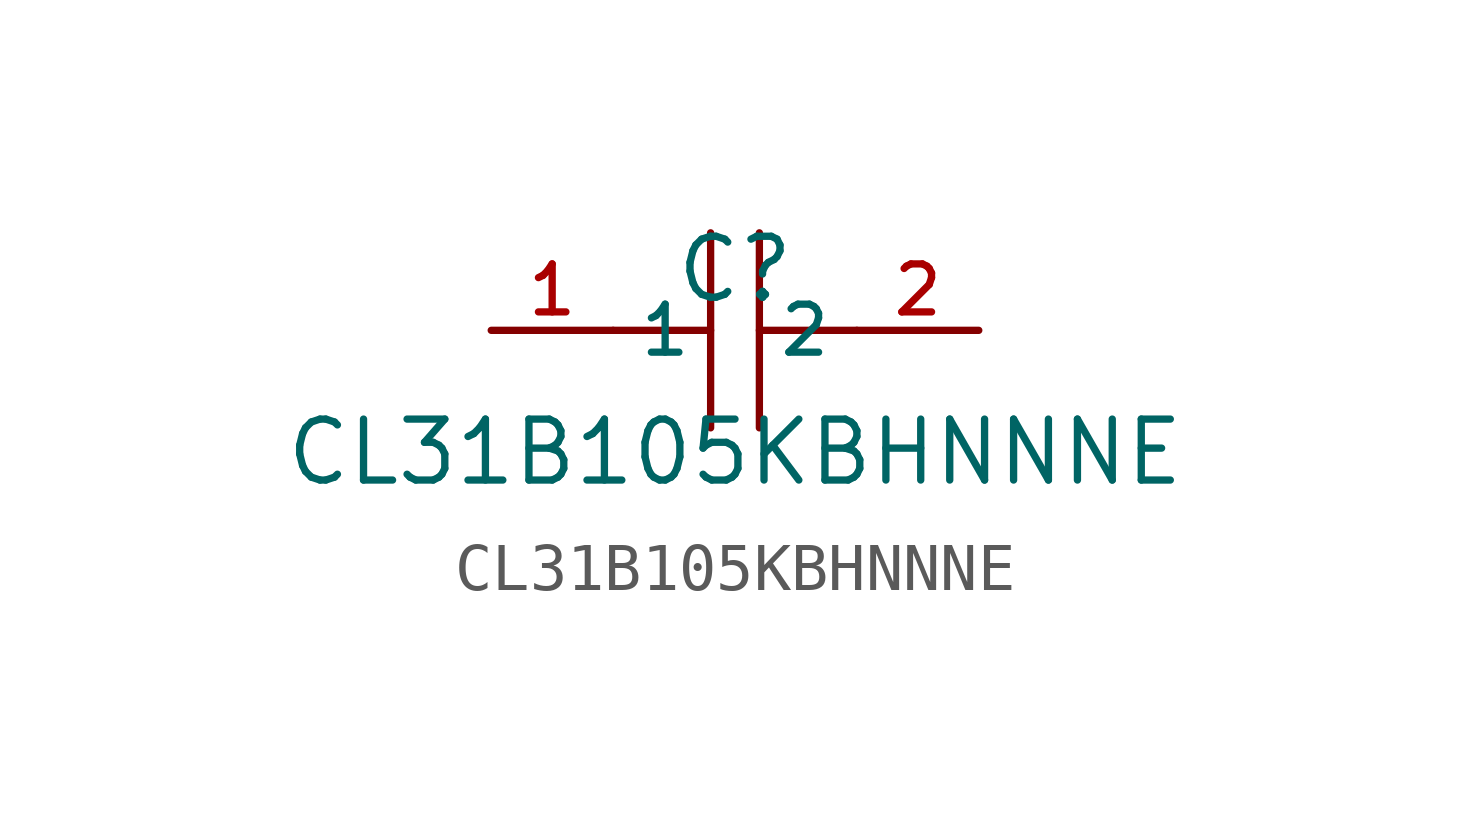
<source format=kicad_sym>
(kicad_symbol_lib
  (version 20210201)
  (generator TousstNicolas/JLC2KiCad_lib)
  (symbol "CL31B105KBHNNNE"
    (property "Reference" "C"
      (at 0 1.27 0)
      (effects (font (size 1.27 1.27))))
    (property "Value" "CL31B105KBHNNNE"
      (at 0 -2.54 0)
      (effects (font (size 1.27 1.27))))
    (symbol "CL31B105KBHNNNE_0_1"
      (polyline (pts (xy -0.508 -2.032) (xy -0.508 2.032)) (stroke (width 0) (type default) (color 0 0 0 0)) (fill (type none)))
      (pin unspecified line (at -5.08 -0.0 0) (length 2.54) (name "1" (effects (font (size 1 1)))) (number "1" (effects (font (size 1 1)))))
      (polyline (pts (xy 2.54 -0.0) (xy 0.508 -0.0)) (stroke (width 0) (type default) (color 0 0 0 0)) (fill (type none)))
      (polyline (pts (xy 0.508 2.032) (xy 0.508 -2.032)) (stroke (width 0) (type default) (color 0 0 0 0)) (fill (type none)))
      (pin unspecified line (at 5.08 -0.0 180) (length 2.54) (name "2" (effects (font (size 1 1)))) (number "2" (effects (font (size 1 1)))))
      (polyline (pts (xy -0.508 -0.0) (xy -2.54 -0.0)) (stroke (width 0) (type default) (color 0 0 0 0)) (fill (type none))))))
</source>
